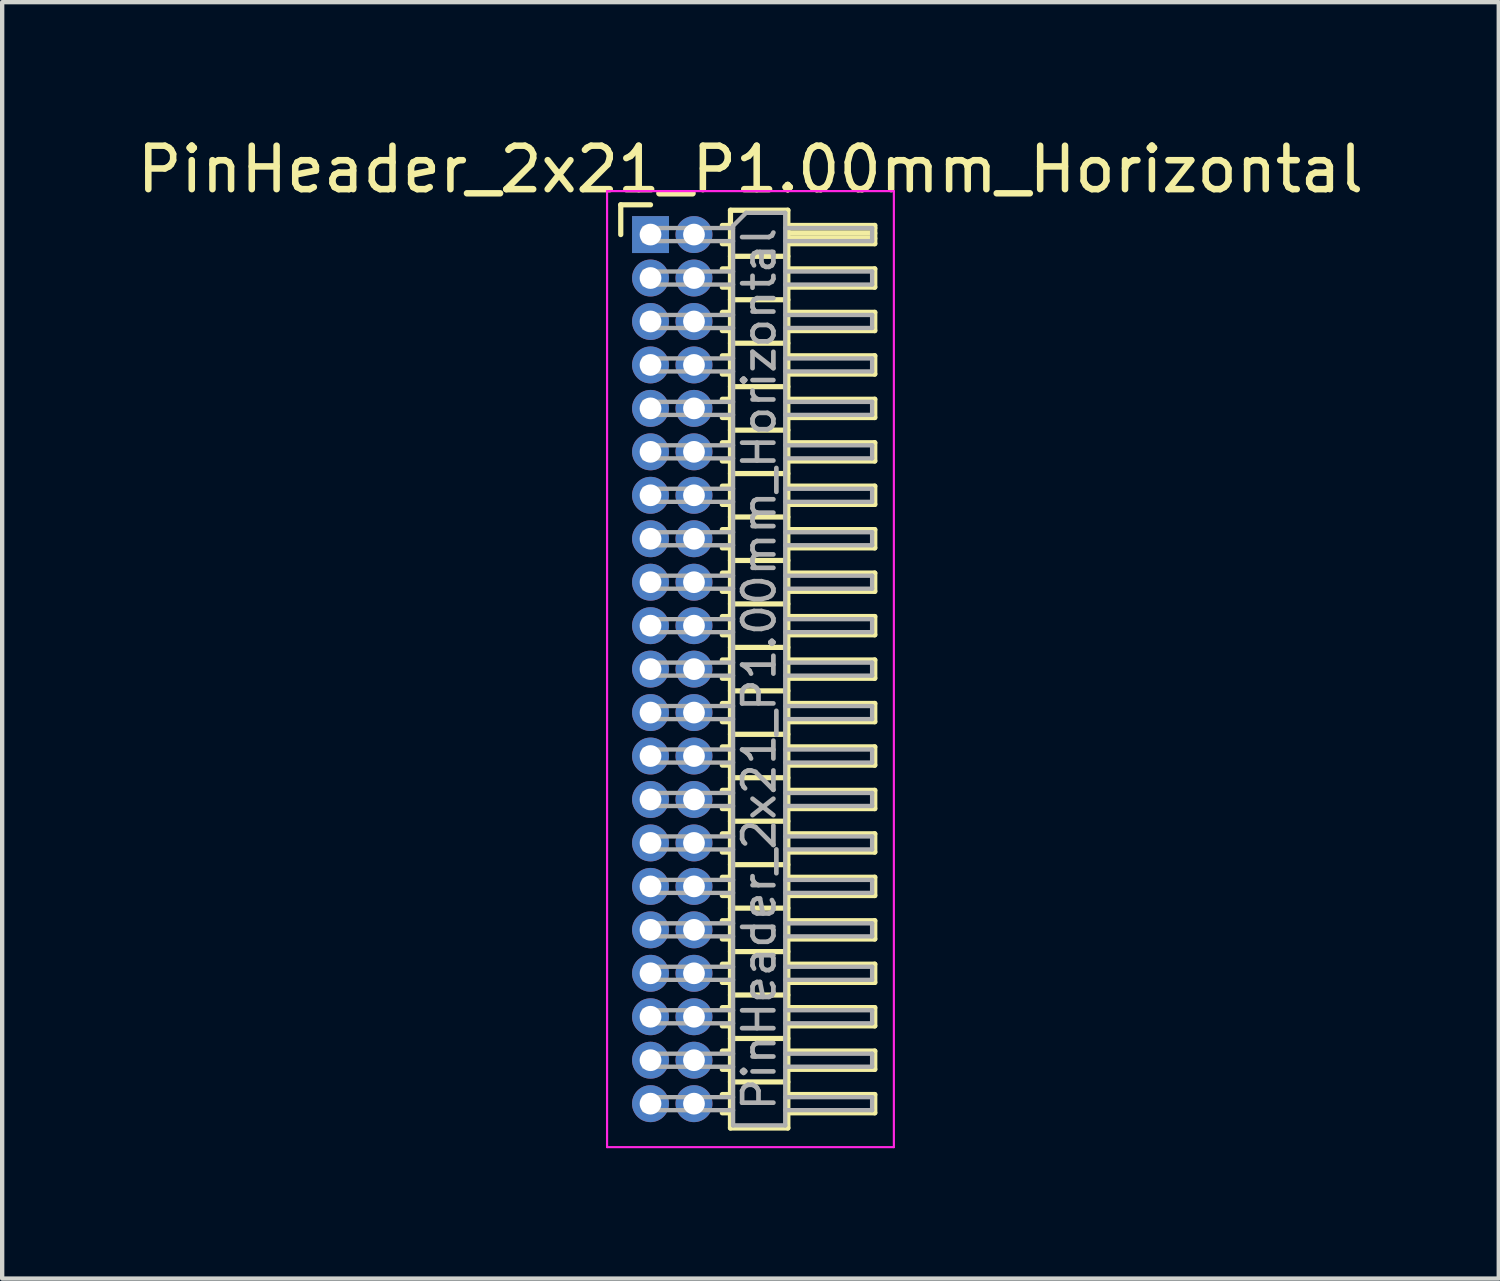
<source format=kicad_pcb>
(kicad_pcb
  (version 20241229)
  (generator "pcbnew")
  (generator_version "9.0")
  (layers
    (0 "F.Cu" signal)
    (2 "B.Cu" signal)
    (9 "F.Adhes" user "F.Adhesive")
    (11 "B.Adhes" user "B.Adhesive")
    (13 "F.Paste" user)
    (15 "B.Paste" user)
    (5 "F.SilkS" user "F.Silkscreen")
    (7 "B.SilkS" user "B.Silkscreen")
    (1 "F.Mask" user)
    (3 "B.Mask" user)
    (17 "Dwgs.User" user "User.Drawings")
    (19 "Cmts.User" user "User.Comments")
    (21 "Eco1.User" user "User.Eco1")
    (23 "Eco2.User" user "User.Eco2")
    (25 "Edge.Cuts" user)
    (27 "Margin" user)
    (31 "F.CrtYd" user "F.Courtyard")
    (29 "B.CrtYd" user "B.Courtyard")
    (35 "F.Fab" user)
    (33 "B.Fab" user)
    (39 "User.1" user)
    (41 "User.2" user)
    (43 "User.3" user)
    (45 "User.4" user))
  (footprint "PinHeader_2x21_P1.00mm_Horizontal"
    (layer "F.Cu")
    (at 11.92 2.348)
    (property "Reference" "PinHeader_2x21_P1.00mm_Horizontal" (at 2.3 -1.5 0) (layer "F.SilkS") (effects (font (size 1 1) (thickness 0.15))))
    (attr through_hole)
    (fp_line (start -0.685 -0.685) (end 0 -0.685) (stroke (width 0.12) (type solid)) (layer "F.SilkS"))
    (fp_line (start -0.685 0) (end -0.685 -0.685) (stroke (width 0.12) (type solid)) (layer "F.SilkS"))
    (fp_line (start 1.652 -0.21) (end 1.84 -0.21) (stroke (width 0.12) (type solid)) (layer "F.SilkS"))
    (fp_line (start 1.652 0.21) (end 1.84 0.21) (stroke (width 0.12) (type solid)) (layer "F.SilkS"))
    (fp_line (start 1.652 0.79) (end 1.84 0.79) (stroke (width 0.12) (type solid)) (layer "F.SilkS"))
    (fp_line (start 1.652 1.21) (end 1.84 1.21) (stroke (width 0.12) (type solid)) (layer "F.SilkS"))
    (fp_line (start 1.652 1.79) (end 1.84 1.79) (stroke (width 0.12) (type solid)) (layer "F.SilkS"))
    (fp_line (start 1.652 2.21) (end 1.84 2.21) (stroke (width 0.12) (type solid)) (layer "F.SilkS"))
    (fp_line (start 1.652 2.79) (end 1.84 2.79) (stroke (width 0.12) (type solid)) (layer "F.SilkS"))
    (fp_line (start 1.652 3.21) (end 1.84 3.21) (stroke (width 0.12) (type solid)) (layer "F.SilkS"))
    (fp_line (start 1.652 3.79) (end 1.84 3.79) (stroke (width 0.12) (type solid)) (layer "F.SilkS"))
    (fp_line (start 1.652 4.21) (end 1.84 4.21) (stroke (width 0.12) (type solid)) (layer "F.SilkS"))
    (fp_line (start 1.652 4.79) (end 1.84 4.79) (stroke (width 0.12) (type solid)) (layer "F.SilkS"))
    (fp_line (start 1.652 5.21) (end 1.84 5.21) (stroke (width 0.12) (type solid)) (layer "F.SilkS"))
    (fp_line (start 1.652 5.79) (end 1.84 5.79) (stroke (width 0.12) (type solid)) (layer "F.SilkS"))
    (fp_line (start 1.652 6.21) (end 1.84 6.21) (stroke (width 0.12) (type solid)) (layer "F.SilkS"))
    (fp_line (start 1.652 6.79) (end 1.84 6.79) (stroke (width 0.12) (type solid)) (layer "F.SilkS"))
    (fp_line (start 1.652 7.21) (end 1.84 7.21) (stroke (width 0.12) (type solid)) (layer "F.SilkS"))
    (fp_line (start 1.652 7.79) (end 1.84 7.79) (stroke (width 0.12) (type solid)) (layer "F.SilkS"))
    (fp_line (start 1.652 8.21) (end 1.84 8.21) (stroke (width 0.12) (type solid)) (layer "F.SilkS"))
    (fp_line (start 1.652 8.79) (end 1.84 8.79) (stroke (width 0.12) (type solid)) (layer "F.SilkS"))
    (fp_line (start 1.652 9.21) (end 1.84 9.21) (stroke (width 0.12) (type solid)) (layer "F.SilkS"))
    (fp_line (start 1.652 9.79) (end 1.84 9.79) (stroke (width 0.12) (type solid)) (layer "F.SilkS"))
    (fp_line (start 1.652 10.21) (end 1.84 10.21) (stroke (width 0.12) (type solid)) (layer "F.SilkS"))
    (fp_line (start 1.652 10.79) (end 1.84 10.79) (stroke (width 0.12) (type solid)) (layer "F.SilkS"))
    (fp_line (start 1.652 11.21) (end 1.84 11.21) (stroke (width 0.12) (type solid)) (layer "F.SilkS"))
    (fp_line (start 1.652 11.79) (end 1.84 11.79) (stroke (width 0.12) (type solid)) (layer "F.SilkS"))
    (fp_line (start 1.652 12.21) (end 1.84 12.21) (stroke (width 0.12) (type solid)) (layer "F.SilkS"))
    (fp_line (start 1.652 12.79) (end 1.84 12.79) (stroke (width 0.12) (type solid)) (layer "F.SilkS"))
    (fp_line (start 1.652 13.21) (end 1.84 13.21) (stroke (width 0.12) (type solid)) (layer "F.SilkS"))
    (fp_line (start 1.652 13.79) (end 1.84 13.79) (stroke (width 0.12) (type solid)) (layer "F.SilkS"))
    (fp_line (start 1.652 14.21) (end 1.84 14.21) (stroke (width 0.12) (type solid)) (layer "F.SilkS"))
    (fp_line (start 1.652 14.79) (end 1.84 14.79) (stroke (width 0.12) (type solid)) (layer "F.SilkS"))
    (fp_line (start 1.652 15.21) (end 1.84 15.21) (stroke (width 0.12) (type solid)) (layer "F.SilkS"))
    (fp_line (start 1.652 15.79) (end 1.84 15.79) (stroke (width 0.12) (type solid)) (layer "F.SilkS"))
    (fp_line (start 1.652 16.21) (end 1.84 16.21) (stroke (width 0.12) (type solid)) (layer "F.SilkS"))
    (fp_line (start 1.652 16.79) (end 1.84 16.79) (stroke (width 0.12) (type solid)) (layer "F.SilkS"))
    (fp_line (start 1.652 17.21) (end 1.84 17.21) (stroke (width 0.12) (type solid)) (layer "F.SilkS"))
    (fp_line (start 1.652 17.79) (end 1.84 17.79) (stroke (width 0.12) (type solid)) (layer "F.SilkS"))
    (fp_line (start 1.652 18.21) (end 1.84 18.21) (stroke (width 0.12) (type solid)) (layer "F.SilkS"))
    (fp_line (start 1.652 18.79) (end 1.84 18.79) (stroke (width 0.12) (type solid)) (layer "F.SilkS"))
    (fp_line (start 1.652 19.21) (end 1.84 19.21) (stroke (width 0.12) (type solid)) (layer "F.SilkS"))
    (fp_line (start 1.652 19.79) (end 1.84 19.79) (stroke (width 0.12) (type solid)) (layer "F.SilkS"))
    (fp_line (start 1.652 20.21) (end 1.84 20.21) (stroke (width 0.12) (type solid)) (layer "F.SilkS"))
    (fp_line (start 1.84 -0.56) (end 1.84 20.56) (stroke (width 0.12) (type solid)) (layer "F.SilkS"))
    (fp_line (start 1.84 0.5) (end 3.16 0.5) (stroke (width 0.12) (type solid)) (layer "F.SilkS"))
    (fp_line (start 1.84 1.5) (end 3.16 1.5) (stroke (width 0.12) (type solid)) (layer "F.SilkS"))
    (fp_line (start 1.84 2.5) (end 3.16 2.5) (stroke (width 0.12) (type solid)) (layer "F.SilkS"))
    (fp_line (start 1.84 3.5) (end 3.16 3.5) (stroke (width 0.12) (type solid)) (layer "F.SilkS"))
    (fp_line (start 1.84 4.5) (end 3.16 4.5) (stroke (width 0.12) (type solid)) (layer "F.SilkS"))
    (fp_line (start 1.84 5.5) (end 3.16 5.5) (stroke (width 0.12) (type solid)) (layer "F.SilkS"))
    (fp_line (start 1.84 6.5) (end 3.16 6.5) (stroke (width 0.12) (type solid)) (layer "F.SilkS"))
    (fp_line (start 1.84 7.5) (end 3.16 7.5) (stroke (width 0.12) (type solid)) (layer "F.SilkS"))
    (fp_line (start 1.84 8.5) (end 3.16 8.5) (stroke (width 0.12) (type solid)) (layer "F.SilkS"))
    (fp_line (start 1.84 9.5) (end 3.16 9.5) (stroke (width 0.12) (type solid)) (layer "F.SilkS"))
    (fp_line (start 1.84 10.5) (end 3.16 10.5) (stroke (width 0.12) (type solid)) (layer "F.SilkS"))
    (fp_line (start 1.84 11.5) (end 3.16 11.5) (stroke (width 0.12) (type solid)) (layer "F.SilkS"))
    (fp_line (start 1.84 12.5) (end 3.16 12.5) (stroke (width 0.12) (type solid)) (layer "F.SilkS"))
    (fp_line (start 1.84 13.5) (end 3.16 13.5) (stroke (width 0.12) (type solid)) (layer "F.SilkS"))
    (fp_line (start 1.84 14.5) (end 3.16 14.5) (stroke (width 0.12) (type solid)) (layer "F.SilkS"))
    (fp_line (start 1.84 15.5) (end 3.16 15.5) (stroke (width 0.12) (type solid)) (layer "F.SilkS"))
    (fp_line (start 1.84 16.5) (end 3.16 16.5) (stroke (width 0.12) (type solid)) (layer "F.SilkS"))
    (fp_line (start 1.84 17.5) (end 3.16 17.5) (stroke (width 0.12) (type solid)) (layer "F.SilkS"))
    (fp_line (start 1.84 18.5) (end 3.16 18.5) (stroke (width 0.12) (type solid)) (layer "F.SilkS"))
    (fp_line (start 1.84 19.5) (end 3.16 19.5) (stroke (width 0.12) (type solid)) (layer "F.SilkS"))
    (fp_line (start 1.84 20.56) (end 3.16 20.56) (stroke (width 0.12) (type solid)) (layer "F.SilkS"))
    (fp_line (start 3.16 -0.56) (end 1.84 -0.56) (stroke (width 0.12) (type solid)) (layer "F.SilkS"))
    (fp_line (start 3.16 -0.21) (end 5.16 -0.21) (stroke (width 0.12) (type solid)) (layer "F.SilkS"))
    (fp_line (start 3.16 -0.15) (end 5.16 -0.15) (stroke (width 0.12) (type solid)) (layer "F.SilkS"))
    (fp_line (start 3.16 -0.03) (end 5.16 -0.03) (stroke (width 0.12) (type solid)) (layer "F.SilkS"))
    (fp_line (start 3.16 0.09) (end 5.16 0.09) (stroke (width 0.12) (type solid)) (layer "F.SilkS"))
    (fp_line (start 3.16 0.79) (end 5.16 0.79) (stroke (width 0.12) (type solid)) (layer "F.SilkS"))
    (fp_line (start 3.16 1.79) (end 5.16 1.79) (stroke (width 0.12) (type solid)) (layer "F.SilkS"))
    (fp_line (start 3.16 2.79) (end 5.16 2.79) (stroke (width 0.12) (type solid)) (layer "F.SilkS"))
    (fp_line (start 3.16 3.79) (end 5.16 3.79) (stroke (width 0.12) (type solid)) (layer "F.SilkS"))
    (fp_line (start 3.16 4.79) (end 5.16 4.79) (stroke (width 0.12) (type solid)) (layer "F.SilkS"))
    (fp_line (start 3.16 5.79) (end 5.16 5.79) (stroke (width 0.12) (type solid)) (layer "F.SilkS"))
    (fp_line (start 3.16 6.79) (end 5.16 6.79) (stroke (width 0.12) (type solid)) (layer "F.SilkS"))
    (fp_line (start 3.16 7.79) (end 5.16 7.79) (stroke (width 0.12) (type solid)) (layer "F.SilkS"))
    (fp_line (start 3.16 8.79) (end 5.16 8.79) (stroke (width 0.12) (type solid)) (layer "F.SilkS"))
    (fp_line (start 3.16 9.79) (end 5.16 9.79) (stroke (width 0.12) (type solid)) (layer "F.SilkS"))
    (fp_line (start 3.16 10.79) (end 5.16 10.79) (stroke (width 0.12) (type solid)) (layer "F.SilkS"))
    (fp_line (start 3.16 11.79) (end 5.16 11.79) (stroke (width 0.12) (type solid)) (layer "F.SilkS"))
    (fp_line (start 3.16 12.79) (end 5.16 12.79) (stroke (width 0.12) (type solid)) (layer "F.SilkS"))
    (fp_line (start 3.16 13.79) (end 5.16 13.79) (stroke (width 0.12) (type solid)) (layer "F.SilkS"))
    (fp_line (start 3.16 14.79) (end 5.16 14.79) (stroke (width 0.12) (type solid)) (layer "F.SilkS"))
    (fp_line (start 3.16 15.79) (end 5.16 15.79) (stroke (width 0.12) (type solid)) (layer "F.SilkS"))
    (fp_line (start 3.16 16.79) (end 5.16 16.79) (stroke (width 0.12) (type solid)) (layer "F.SilkS"))
    (fp_line (start 3.16 17.79) (end 5.16 17.79) (stroke (width 0.12) (type solid)) (layer "F.SilkS"))
    (fp_line (start 3.16 18.79) (end 5.16 18.79) (stroke (width 0.12) (type solid)) (layer "F.SilkS"))
    (fp_line (start 3.16 19.79) (end 5.16 19.79) (stroke (width 0.12) (type solid)) (layer "F.SilkS"))
    (fp_line (start 3.16 20.56) (end 3.16 -0.56) (stroke (width 0.12) (type solid)) (layer "F.SilkS"))
    (fp_line (start 5.16 -0.21) (end 5.16 0.21) (stroke (width 0.12) (type solid)) (layer "F.SilkS"))
    (fp_line (start 5.16 0.21) (end 3.16 0.21) (stroke (width 0.12) (type solid)) (layer "F.SilkS"))
    (fp_line (start 5.16 0.79) (end 5.16 1.21) (stroke (width 0.12) (type solid)) (layer "F.SilkS"))
    (fp_line (start 5.16 1.21) (end 3.16 1.21) (stroke (width 0.12) (type solid)) (layer "F.SilkS"))
    (fp_line (start 5.16 1.79) (end 5.16 2.21) (stroke (width 0.12) (type solid)) (layer "F.SilkS"))
    (fp_line (start 5.16 2.21) (end 3.16 2.21) (stroke (width 0.12) (type solid)) (layer "F.SilkS"))
    (fp_line (start 5.16 2.79) (end 5.16 3.21) (stroke (width 0.12) (type solid)) (layer "F.SilkS"))
    (fp_line (start 5.16 3.21) (end 3.16 3.21) (stroke (width 0.12) (type solid)) (layer "F.SilkS"))
    (fp_line (start 5.16 3.79) (end 5.16 4.21) (stroke (width 0.12) (type solid)) (layer "F.SilkS"))
    (fp_line (start 5.16 4.21) (end 3.16 4.21) (stroke (width 0.12) (type solid)) (layer "F.SilkS"))
    (fp_line (start 5.16 4.79) (end 5.16 5.21) (stroke (width 0.12) (type solid)) (layer "F.SilkS"))
    (fp_line (start 5.16 5.21) (end 3.16 5.21) (stroke (width 0.12) (type solid)) (layer "F.SilkS"))
    (fp_line (start 5.16 5.79) (end 5.16 6.21) (stroke (width 0.12) (type solid)) (layer "F.SilkS"))
    (fp_line (start 5.16 6.21) (end 3.16 6.21) (stroke (width 0.12) (type solid)) (layer "F.SilkS"))
    (fp_line (start 5.16 6.79) (end 5.16 7.21) (stroke (width 0.12) (type solid)) (layer "F.SilkS"))
    (fp_line (start 5.16 7.21) (end 3.16 7.21) (stroke (width 0.12) (type solid)) (layer "F.SilkS"))
    (fp_line (start 5.16 7.79) (end 5.16 8.21) (stroke (width 0.12) (type solid)) (layer "F.SilkS"))
    (fp_line (start 5.16 8.21) (end 3.16 8.21) (stroke (width 0.12) (type solid)) (layer "F.SilkS"))
    (fp_line (start 5.16 8.79) (end 5.16 9.21) (stroke (width 0.12) (type solid)) (layer "F.SilkS"))
    (fp_line (start 5.16 9.21) (end 3.16 9.21) (stroke (width 0.12) (type solid)) (layer "F.SilkS"))
    (fp_line (start 5.16 9.79) (end 5.16 10.21) (stroke (width 0.12) (type solid)) (layer "F.SilkS"))
    (fp_line (start 5.16 10.21) (end 3.16 10.21) (stroke (width 0.12) (type solid)) (layer "F.SilkS"))
    (fp_line (start 5.16 10.79) (end 5.16 11.21) (stroke (width 0.12) (type solid)) (layer "F.SilkS"))
    (fp_line (start 5.16 11.21) (end 3.16 11.21) (stroke (width 0.12) (type solid)) (layer "F.SilkS"))
    (fp_line (start 5.16 11.79) (end 5.16 12.21) (stroke (width 0.12) (type solid)) (layer "F.SilkS"))
    (fp_line (start 5.16 12.21) (end 3.16 12.21) (stroke (width 0.12) (type solid)) (layer "F.SilkS"))
    (fp_line (start 5.16 12.79) (end 5.16 13.21) (stroke (width 0.12) (type solid)) (layer "F.SilkS"))
    (fp_line (start 5.16 13.21) (end 3.16 13.21) (stroke (width 0.12) (type solid)) (layer "F.SilkS"))
    (fp_line (start 5.16 13.79) (end 5.16 14.21) (stroke (width 0.12) (type solid)) (layer "F.SilkS"))
    (fp_line (start 5.16 14.21) (end 3.16 14.21) (stroke (width 0.12) (type solid)) (layer "F.SilkS"))
    (fp_line (start 5.16 14.79) (end 5.16 15.21) (stroke (width 0.12) (type solid)) (layer "F.SilkS"))
    (fp_line (start 5.16 15.21) (end 3.16 15.21) (stroke (width 0.12) (type solid)) (layer "F.SilkS"))
    (fp_line (start 5.16 15.79) (end 5.16 16.21) (stroke (width 0.12) (type solid)) (layer "F.SilkS"))
    (fp_line (start 5.16 16.21) (end 3.16 16.21) (stroke (width 0.12) (type solid)) (layer "F.SilkS"))
    (fp_line (start 5.16 16.79) (end 5.16 17.21) (stroke (width 0.12) (type solid)) (layer "F.SilkS"))
    (fp_line (start 5.16 17.21) (end 3.16 17.21) (stroke (width 0.12) (type solid)) (layer "F.SilkS"))
    (fp_line (start 5.16 17.79) (end 5.16 18.21) (stroke (width 0.12) (type solid)) (layer "F.SilkS"))
    (fp_line (start 5.16 18.21) (end 3.16 18.21) (stroke (width 0.12) (type solid)) (layer "F.SilkS"))
    (fp_line (start 5.16 18.79) (end 5.16 19.21) (stroke (width 0.12) (type solid)) (layer "F.SilkS"))
    (fp_line (start 5.16 19.21) (end 3.16 19.21) (stroke (width 0.12) (type solid)) (layer "F.SilkS"))
    (fp_line (start 5.16 19.79) (end 5.16 20.21) (stroke (width 0.12) (type solid)) (layer "F.SilkS"))
    (fp_line (start 5.16 20.21) (end 3.16 20.21) (stroke (width 0.12) (type solid)) (layer "F.SilkS"))
    (fp_line (start -1 -1) (end -1 21) (stroke (width 0.05) (type solid)) (layer "F.CrtYd"))
    (fp_line (start -1 21) (end 5.6 21) (stroke (width 0.05) (type solid)) (layer "F.CrtYd"))
    (fp_line (start 5.6 -1) (end -1 -1) (stroke (width 0.05) (type solid)) (layer "F.CrtYd"))
    (fp_line (start 5.6 21) (end 5.6 -1) (stroke (width 0.05) (type solid)) (layer "F.CrtYd"))
    (fp_line (start -0.15 -0.15) (end -0.15 0.15) (stroke (width 0.1) (type solid)) (layer "F.Fab"))
    (fp_line (start -0.15 -0.15) (end 1.9 -0.15) (stroke (width 0.1) (type solid)) (layer "F.Fab"))
    (fp_line (start -0.15 0.15) (end 1.9 0.15) (stroke (width 0.1) (type solid)) (layer "F.Fab"))
    (fp_line (start -0.15 0.85) (end -0.15 1.15) (stroke (width 0.1) (type solid)) (layer "F.Fab"))
    (fp_line (start -0.15 0.85) (end 1.9 0.85) (stroke (width 0.1) (type solid)) (layer "F.Fab"))
    (fp_line (start -0.15 1.15) (end 1.9 1.15) (stroke (width 0.1) (type solid)) (layer "F.Fab"))
    (fp_line (start -0.15 1.85) (end -0.15 2.15) (stroke (width 0.1) (type solid)) (layer "F.Fab"))
    (fp_line (start -0.15 1.85) (end 1.9 1.85) (stroke (width 0.1) (type solid)) (layer "F.Fab"))
    (fp_line (start -0.15 2.15) (end 1.9 2.15) (stroke (width 0.1) (type solid)) (layer "F.Fab"))
    (fp_line (start -0.15 2.85) (end -0.15 3.15) (stroke (width 0.1) (type solid)) (layer "F.Fab"))
    (fp_line (start -0.15 2.85) (end 1.9 2.85) (stroke (width 0.1) (type solid)) (layer "F.Fab"))
    (fp_line (start -0.15 3.15) (end 1.9 3.15) (stroke (width 0.1) (type solid)) (layer "F.Fab"))
    (fp_line (start -0.15 3.85) (end -0.15 4.15) (stroke (width 0.1) (type solid)) (layer "F.Fab"))
    (fp_line (start -0.15 3.85) (end 1.9 3.85) (stroke (width 0.1) (type solid)) (layer "F.Fab"))
    (fp_line (start -0.15 4.15) (end 1.9 4.15) (stroke (width 0.1) (type solid)) (layer "F.Fab"))
    (fp_line (start -0.15 4.85) (end -0.15 5.15) (stroke (width 0.1) (type solid)) (layer "F.Fab"))
    (fp_line (start -0.15 4.85) (end 1.9 4.85) (stroke (width 0.1) (type solid)) (layer "F.Fab"))
    (fp_line (start -0.15 5.15) (end 1.9 5.15) (stroke (width 0.1) (type solid)) (layer "F.Fab"))
    (fp_line (start -0.15 5.85) (end -0.15 6.15) (stroke (width 0.1) (type solid)) (layer "F.Fab"))
    (fp_line (start -0.15 5.85) (end 1.9 5.85) (stroke (width 0.1) (type solid)) (layer "F.Fab"))
    (fp_line (start -0.15 6.15) (end 1.9 6.15) (stroke (width 0.1) (type solid)) (layer "F.Fab"))
    (fp_line (start -0.15 6.85) (end -0.15 7.15) (stroke (width 0.1) (type solid)) (layer "F.Fab"))
    (fp_line (start -0.15 6.85) (end 1.9 6.85) (stroke (width 0.1) (type solid)) (layer "F.Fab"))
    (fp_line (start -0.15 7.15) (end 1.9 7.15) (stroke (width 0.1) (type solid)) (layer "F.Fab"))
    (fp_line (start -0.15 7.85) (end -0.15 8.15) (stroke (width 0.1) (type solid)) (layer "F.Fab"))
    (fp_line (start -0.15 7.85) (end 1.9 7.85) (stroke (width 0.1) (type solid)) (layer "F.Fab"))
    (fp_line (start -0.15 8.15) (end 1.9 8.15) (stroke (width 0.1) (type solid)) (layer "F.Fab"))
    (fp_line (start -0.15 8.85) (end -0.15 9.15) (stroke (width 0.1) (type solid)) (layer "F.Fab"))
    (fp_line (start -0.15 8.85) (end 1.9 8.85) (stroke (width 0.1) (type solid)) (layer "F.Fab"))
    (fp_line (start -0.15 9.15) (end 1.9 9.15) (stroke (width 0.1) (type solid)) (layer "F.Fab"))
    (fp_line (start -0.15 9.85) (end -0.15 10.15) (stroke (width 0.1) (type solid)) (layer "F.Fab"))
    (fp_line (start -0.15 9.85) (end 1.9 9.85) (stroke (width 0.1) (type solid)) (layer "F.Fab"))
    (fp_line (start -0.15 10.15) (end 1.9 10.15) (stroke (width 0.1) (type solid)) (layer "F.Fab"))
    (fp_line (start -0.15 10.85) (end -0.15 11.15) (stroke (width 0.1) (type solid)) (layer "F.Fab"))
    (fp_line (start -0.15 10.85) (end 1.9 10.85) (stroke (width 0.1) (type solid)) (layer "F.Fab"))
    (fp_line (start -0.15 11.15) (end 1.9 11.15) (stroke (width 0.1) (type solid)) (layer "F.Fab"))
    (fp_line (start -0.15 11.85) (end -0.15 12.15) (stroke (width 0.1) (type solid)) (layer "F.Fab"))
    (fp_line (start -0.15 11.85) (end 1.9 11.85) (stroke (width 0.1) (type solid)) (layer "F.Fab"))
    (fp_line (start -0.15 12.15) (end 1.9 12.15) (stroke (width 0.1) (type solid)) (layer "F.Fab"))
    (fp_line (start -0.15 12.85) (end -0.15 13.15) (stroke (width 0.1) (type solid)) (layer "F.Fab"))
    (fp_line (start -0.15 12.85) (end 1.9 12.85) (stroke (width 0.1) (type solid)) (layer "F.Fab"))
    (fp_line (start -0.15 13.15) (end 1.9 13.15) (stroke (width 0.1) (type solid)) (layer "F.Fab"))
    (fp_line (start -0.15 13.85) (end -0.15 14.15) (stroke (width 0.1) (type solid)) (layer "F.Fab"))
    (fp_line (start -0.15 13.85) (end 1.9 13.85) (stroke (width 0.1) (type solid)) (layer "F.Fab"))
    (fp_line (start -0.15 14.15) (end 1.9 14.15) (stroke (width 0.1) (type solid)) (layer "F.Fab"))
    (fp_line (start -0.15 14.85) (end -0.15 15.15) (stroke (width 0.1) (type solid)) (layer "F.Fab"))
    (fp_line (start -0.15 14.85) (end 1.9 14.85) (stroke (width 0.1) (type solid)) (layer "F.Fab"))
    (fp_line (start -0.15 15.15) (end 1.9 15.15) (stroke (width 0.1) (type solid)) (layer "F.Fab"))
    (fp_line (start -0.15 15.85) (end -0.15 16.15) (stroke (width 0.1) (type solid)) (layer "F.Fab"))
    (fp_line (start -0.15 15.85) (end 1.9 15.85) (stroke (width 0.1) (type solid)) (layer "F.Fab"))
    (fp_line (start -0.15 16.15) (end 1.9 16.15) (stroke (width 0.1) (type solid)) (layer "F.Fab"))
    (fp_line (start -0.15 16.85) (end -0.15 17.15) (stroke (width 0.1) (type solid)) (layer "F.Fab"))
    (fp_line (start -0.15 16.85) (end 1.9 16.85) (stroke (width 0.1) (type solid)) (layer "F.Fab"))
    (fp_line (start -0.15 17.15) (end 1.9 17.15) (stroke (width 0.1) (type solid)) (layer "F.Fab"))
    (fp_line (start -0.15 17.85) (end -0.15 18.15) (stroke (width 0.1) (type solid)) (layer "F.Fab"))
    (fp_line (start -0.15 17.85) (end 1.9 17.85) (stroke (width 0.1) (type solid)) (layer "F.Fab"))
    (fp_line (start -0.15 18.15) (end 1.9 18.15) (stroke (width 0.1) (type solid)) (layer "F.Fab"))
    (fp_line (start -0.15 18.85) (end -0.15 19.15) (stroke (width 0.1) (type solid)) (layer "F.Fab"))
    (fp_line (start -0.15 18.85) (end 1.9 18.85) (stroke (width 0.1) (type solid)) (layer "F.Fab"))
    (fp_line (start -0.15 19.15) (end 1.9 19.15) (stroke (width 0.1) (type solid)) (layer "F.Fab"))
    (fp_line (start -0.15 19.85) (end -0.15 20.15) (stroke (width 0.1) (type solid)) (layer "F.Fab"))
    (fp_line (start -0.15 19.85) (end 1.9 19.85) (stroke (width 0.1) (type solid)) (layer "F.Fab"))
    (fp_line (start -0.15 20.15) (end 1.9 20.15) (stroke (width 0.1) (type solid)) (layer "F.Fab"))
    (fp_line (start 1.9 -0.2) (end 2.2 -0.5) (stroke (width 0.1) (type solid)) (layer "F.Fab"))
    (fp_line (start 1.9 20.5) (end 1.9 -0.2) (stroke (width 0.1) (type solid)) (layer "F.Fab"))
    (fp_line (start 2.2 -0.5) (end 3.1 -0.5) (stroke (width 0.1) (type solid)) (layer "F.Fab"))
    (fp_line (start 3.1 -0.5) (end 3.1 20.5) (stroke (width 0.1) (type solid)) (layer "F.Fab"))
    (fp_line (start 3.1 -0.15) (end 5.1 -0.15) (stroke (width 0.1) (type solid)) (layer "F.Fab"))
    (fp_line (start 3.1 0.15) (end 5.1 0.15) (stroke (width 0.1) (type solid)) (layer "F.Fab"))
    (fp_line (start 3.1 0.85) (end 5.1 0.85) (stroke (width 0.1) (type solid)) (layer "F.Fab"))
    (fp_line (start 3.1 1.15) (end 5.1 1.15) (stroke (width 0.1) (type solid)) (layer "F.Fab"))
    (fp_line (start 3.1 1.85) (end 5.1 1.85) (stroke (width 0.1) (type solid)) (layer "F.Fab"))
    (fp_line (start 3.1 2.15) (end 5.1 2.15) (stroke (width 0.1) (type solid)) (layer "F.Fab"))
    (fp_line (start 3.1 2.85) (end 5.1 2.85) (stroke (width 0.1) (type solid)) (layer "F.Fab"))
    (fp_line (start 3.1 3.15) (end 5.1 3.15) (stroke (width 0.1) (type solid)) (layer "F.Fab"))
    (fp_line (start 3.1 3.85) (end 5.1 3.85) (stroke (width 0.1) (type solid)) (layer "F.Fab"))
    (fp_line (start 3.1 4.15) (end 5.1 4.15) (stroke (width 0.1) (type solid)) (layer "F.Fab"))
    (fp_line (start 3.1 4.85) (end 5.1 4.85) (stroke (width 0.1) (type solid)) (layer "F.Fab"))
    (fp_line (start 3.1 5.15) (end 5.1 5.15) (stroke (width 0.1) (type solid)) (layer "F.Fab"))
    (fp_line (start 3.1 5.85) (end 5.1 5.85) (stroke (width 0.1) (type solid)) (layer "F.Fab"))
    (fp_line (start 3.1 6.15) (end 5.1 6.15) (stroke (width 0.1) (type solid)) (layer "F.Fab"))
    (fp_line (start 3.1 6.85) (end 5.1 6.85) (stroke (width 0.1) (type solid)) (layer "F.Fab"))
    (fp_line (start 3.1 7.15) (end 5.1 7.15) (stroke (width 0.1) (type solid)) (layer "F.Fab"))
    (fp_line (start 3.1 7.85) (end 5.1 7.85) (stroke (width 0.1) (type solid)) (layer "F.Fab"))
    (fp_line (start 3.1 8.15) (end 5.1 8.15) (stroke (width 0.1) (type solid)) (layer "F.Fab"))
    (fp_line (start 3.1 8.85) (end 5.1 8.85) (stroke (width 0.1) (type solid)) (layer "F.Fab"))
    (fp_line (start 3.1 9.15) (end 5.1 9.15) (stroke (width 0.1) (type solid)) (layer "F.Fab"))
    (fp_line (start 3.1 9.85) (end 5.1 9.85) (stroke (width 0.1) (type solid)) (layer "F.Fab"))
    (fp_line (start 3.1 10.15) (end 5.1 10.15) (stroke (width 0.1) (type solid)) (layer "F.Fab"))
    (fp_line (start 3.1 10.85) (end 5.1 10.85) (stroke (width 0.1) (type solid)) (layer "F.Fab"))
    (fp_line (start 3.1 11.15) (end 5.1 11.15) (stroke (width 0.1) (type solid)) (layer "F.Fab"))
    (fp_line (start 3.1 11.85) (end 5.1 11.85) (stroke (width 0.1) (type solid)) (layer "F.Fab"))
    (fp_line (start 3.1 12.15) (end 5.1 12.15) (stroke (width 0.1) (type solid)) (layer "F.Fab"))
    (fp_line (start 3.1 12.85) (end 5.1 12.85) (stroke (width 0.1) (type solid)) (layer "F.Fab"))
    (fp_line (start 3.1 13.15) (end 5.1 13.15) (stroke (width 0.1) (type solid)) (layer "F.Fab"))
    (fp_line (start 3.1 13.85) (end 5.1 13.85) (stroke (width 0.1) (type solid)) (layer "F.Fab"))
    (fp_line (start 3.1 14.15) (end 5.1 14.15) (stroke (width 0.1) (type solid)) (layer "F.Fab"))
    (fp_line (start 3.1 14.85) (end 5.1 14.85) (stroke (width 0.1) (type solid)) (layer "F.Fab"))
    (fp_line (start 3.1 15.15) (end 5.1 15.15) (stroke (width 0.1) (type solid)) (layer "F.Fab"))
    (fp_line (start 3.1 15.85) (end 5.1 15.85) (stroke (width 0.1) (type solid)) (layer "F.Fab"))
    (fp_line (start 3.1 16.15) (end 5.1 16.15) (stroke (width 0.1) (type solid)) (layer "F.Fab"))
    (fp_line (start 3.1 16.85) (end 5.1 16.85) (stroke (width 0.1) (type solid)) (layer "F.Fab"))
    (fp_line (start 3.1 17.15) (end 5.1 17.15) (stroke (width 0.1) (type solid)) (layer "F.Fab"))
    (fp_line (start 3.1 17.85) (end 5.1 17.85) (stroke (width 0.1) (type solid)) (layer "F.Fab"))
    (fp_line (start 3.1 18.15) (end 5.1 18.15) (stroke (width 0.1) (type solid)) (layer "F.Fab"))
    (fp_line (start 3.1 18.85) (end 5.1 18.85) (stroke (width 0.1) (type solid)) (layer "F.Fab"))
    (fp_line (start 3.1 19.15) (end 5.1 19.15) (stroke (width 0.1) (type solid)) (layer "F.Fab"))
    (fp_line (start 3.1 19.85) (end 5.1 19.85) (stroke (width 0.1) (type solid)) (layer "F.Fab"))
    (fp_line (start 3.1 20.15) (end 5.1 20.15) (stroke (width 0.1) (type solid)) (layer "F.Fab"))
    (fp_line (start 3.1 20.5) (end 1.9 20.5) (stroke (width 0.1) (type solid)) (layer "F.Fab"))
    (fp_line (start 5.1 -0.15) (end 5.1 0.15) (stroke (width 0.1) (type solid)) (layer "F.Fab"))
    (fp_line (start 5.1 0.85) (end 5.1 1.15) (stroke (width 0.1) (type solid)) (layer "F.Fab"))
    (fp_line (start 5.1 1.85) (end 5.1 2.15) (stroke (width 0.1) (type solid)) (layer "F.Fab"))
    (fp_line (start 5.1 2.85) (end 5.1 3.15) (stroke (width 0.1) (type solid)) (layer "F.Fab"))
    (fp_line (start 5.1 3.85) (end 5.1 4.15) (stroke (width 0.1) (type solid)) (layer "F.Fab"))
    (fp_line (start 5.1 4.85) (end 5.1 5.15) (stroke (width 0.1) (type solid)) (layer "F.Fab"))
    (fp_line (start 5.1 5.85) (end 5.1 6.15) (stroke (width 0.1) (type solid)) (layer "F.Fab"))
    (fp_line (start 5.1 6.85) (end 5.1 7.15) (stroke (width 0.1) (type solid)) (layer "F.Fab"))
    (fp_line (start 5.1 7.85) (end 5.1 8.15) (stroke (width 0.1) (type solid)) (layer "F.Fab"))
    (fp_line (start 5.1 8.85) (end 5.1 9.15) (stroke (width 0.1) (type solid)) (layer "F.Fab"))
    (fp_line (start 5.1 9.85) (end 5.1 10.15) (stroke (width 0.1) (type solid)) (layer "F.Fab"))
    (fp_line (start 5.1 10.85) (end 5.1 11.15) (stroke (width 0.1) (type solid)) (layer "F.Fab"))
    (fp_line (start 5.1 11.85) (end 5.1 12.15) (stroke (width 0.1) (type solid)) (layer "F.Fab"))
    (fp_line (start 5.1 12.85) (end 5.1 13.15) (stroke (width 0.1) (type solid)) (layer "F.Fab"))
    (fp_line (start 5.1 13.85) (end 5.1 14.15) (stroke (width 0.1) (type solid)) (layer "F.Fab"))
    (fp_line (start 5.1 14.85) (end 5.1 15.15) (stroke (width 0.1) (type solid)) (layer "F.Fab"))
    (fp_line (start 5.1 15.85) (end 5.1 16.15) (stroke (width 0.1) (type solid)) (layer "F.Fab"))
    (fp_line (start 5.1 16.85) (end 5.1 17.15) (stroke (width 0.1) (type solid)) (layer "F.Fab"))
    (fp_line (start 5.1 17.85) (end 5.1 18.15) (stroke (width 0.1) (type solid)) (layer "F.Fab"))
    (fp_line (start 5.1 18.85) (end 5.1 19.15) (stroke (width 0.1) (type solid)) (layer "F.Fab"))
    (fp_line (start 5.1 19.85) (end 5.1 20.15) (stroke (width 0.1) (type solid)) (layer "F.Fab"))
    (fp_text user "${REFERENCE}" (at 2.5 10 90) (layer "F.Fab") (effects (font (size 0.72 0.72) (thickness 0.108))))
    (pad "1" thru_hole rect (at 0 0) (size 0.85 0.85) (drill 0.5) (layers "*.Cu" "*.Mask"))
    (pad "2" thru_hole oval (at 1 0) (size 0.85 0.85) (drill 0.5) (layers "*.Cu" "*.Mask"))
    (pad "3" thru_hole oval (at 0 1) (size 0.85 0.85) (drill 0.5) (layers "*.Cu" "*.Mask"))
    (pad "4" thru_hole oval (at 1 1) (size 0.85 0.85) (drill 0.5) (layers "*.Cu" "*.Mask"))
    (pad "5" thru_hole oval (at 0 2) (size 0.85 0.85) (drill 0.5) (layers "*.Cu" "*.Mask"))
    (pad "6" thru_hole oval (at 1 2) (size 0.85 0.85) (drill 0.5) (layers "*.Cu" "*.Mask"))
    (pad "7" thru_hole oval (at 0 3) (size 0.85 0.85) (drill 0.5) (layers "*.Cu" "*.Mask"))
    (pad "8" thru_hole oval (at 1 3) (size 0.85 0.85) (drill 0.5) (layers "*.Cu" "*.Mask"))
    (pad "9" thru_hole oval (at 0 4) (size 0.85 0.85) (drill 0.5) (layers "*.Cu" "*.Mask"))
    (pad "10" thru_hole oval (at 1 4) (size 0.85 0.85) (drill 0.5) (layers "*.Cu" "*.Mask"))
    (pad "11" thru_hole oval (at 0 5) (size 0.85 0.85) (drill 0.5) (layers "*.Cu" "*.Mask"))
    (pad "12" thru_hole oval (at 1 5) (size 0.85 0.85) (drill 0.5) (layers "*.Cu" "*.Mask"))
    (pad "13" thru_hole oval (at 0 6) (size 0.85 0.85) (drill 0.5) (layers "*.Cu" "*.Mask"))
    (pad "14" thru_hole oval (at 1 6) (size 0.85 0.85) (drill 0.5) (layers "*.Cu" "*.Mask"))
    (pad "15" thru_hole oval (at 0 7) (size 0.85 0.85) (drill 0.5) (layers "*.Cu" "*.Mask"))
    (pad "16" thru_hole oval (at 1 7) (size 0.85 0.85) (drill 0.5) (layers "*.Cu" "*.Mask"))
    (pad "17" thru_hole oval (at 0 8) (size 0.85 0.85) (drill 0.5) (layers "*.Cu" "*.Mask"))
    (pad "18" thru_hole oval (at 1 8) (size 0.85 0.85) (drill 0.5) (layers "*.Cu" "*.Mask"))
    (pad "19" thru_hole oval (at 0 9) (size 0.85 0.85) (drill 0.5) (layers "*.Cu" "*.Mask"))
    (pad "20" thru_hole oval (at 1 9) (size 0.85 0.85) (drill 0.5) (layers "*.Cu" "*.Mask"))
    (pad "21" thru_hole oval (at 0 10) (size 0.85 0.85) (drill 0.5) (layers "*.Cu" "*.Mask"))
    (pad "22" thru_hole oval (at 1 10) (size 0.85 0.85) (drill 0.5) (layers "*.Cu" "*.Mask"))
    (pad "23" thru_hole oval (at 0 11) (size 0.85 0.85) (drill 0.5) (layers "*.Cu" "*.Mask"))
    (pad "24" thru_hole oval (at 1 11) (size 0.85 0.85) (drill 0.5) (layers "*.Cu" "*.Mask"))
    (pad "25" thru_hole oval (at 0 12) (size 0.85 0.85) (drill 0.5) (layers "*.Cu" "*.Mask"))
    (pad "26" thru_hole oval (at 1 12) (size 0.85 0.85) (drill 0.5) (layers "*.Cu" "*.Mask"))
    (pad "27" thru_hole oval (at 0 13) (size 0.85 0.85) (drill 0.5) (layers "*.Cu" "*.Mask"))
    (pad "28" thru_hole oval (at 1 13) (size 0.85 0.85) (drill 0.5) (layers "*.Cu" "*.Mask"))
    (pad "29" thru_hole oval (at 0 14) (size 0.85 0.85) (drill 0.5) (layers "*.Cu" "*.Mask"))
    (pad "30" thru_hole oval (at 1 14) (size 0.85 0.85) (drill 0.5) (layers "*.Cu" "*.Mask"))
    (pad "31" thru_hole oval (at 0 15) (size 0.85 0.85) (drill 0.5) (layers "*.Cu" "*.Mask"))
    (pad "32" thru_hole oval (at 1 15) (size 0.85 0.85) (drill 0.5) (layers "*.Cu" "*.Mask"))
    (pad "33" thru_hole oval (at 0 16) (size 0.85 0.85) (drill 0.5) (layers "*.Cu" "*.Mask"))
    (pad "34" thru_hole oval (at 1 16) (size 0.85 0.85) (drill 0.5) (layers "*.Cu" "*.Mask"))
    (pad "35" thru_hole oval (at 0 17) (size 0.85 0.85) (drill 0.5) (layers "*.Cu" "*.Mask"))
    (pad "36" thru_hole oval (at 1 17) (size 0.85 0.85) (drill 0.5) (layers "*.Cu" "*.Mask"))
    (pad "37" thru_hole oval (at 0 18) (size 0.85 0.85) (drill 0.5) (layers "*.Cu" "*.Mask"))
    (pad "38" thru_hole oval (at 1 18) (size 0.85 0.85) (drill 0.5) (layers "*.Cu" "*.Mask"))
    (pad "39" thru_hole oval (at 0 19) (size 0.85 0.85) (drill 0.5) (layers "*.Cu" "*.Mask"))
    (pad "40" thru_hole oval (at 1 19) (size 0.85 0.85) (drill 0.5) (layers "*.Cu" "*.Mask"))
    (pad "41" thru_hole oval (at 0 20) (size 0.85 0.85) (drill 0.5) (layers "*.Cu" "*.Mask"))
    (pad "42" thru_hole oval (at 1 20) (size 0.85 0.85) (drill 0.5) (layers "*.Cu" "*.Mask")))
  (gr_rect
    (start -3 -3)
    (end 31.44 26.373)
    (stroke (width 0.1) (type default))
    (fill no)
    (layer "Edge.Cuts")))
</source>
